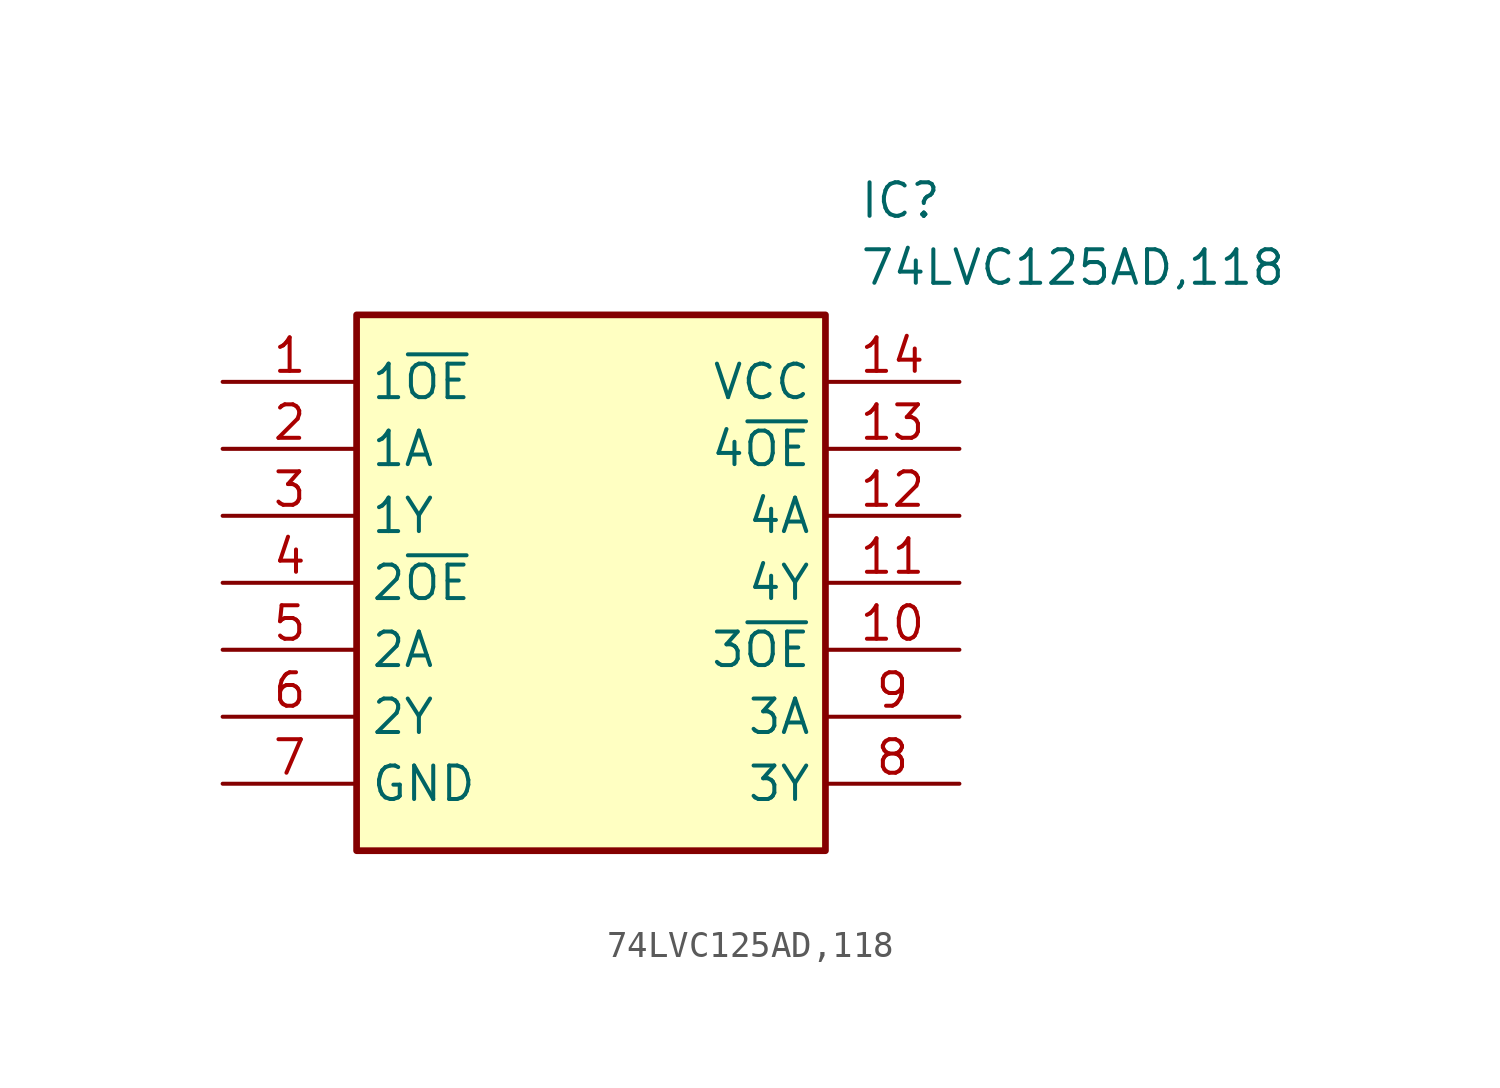
<source format=kicad_sym>
(kicad_symbol_lib
  (version 20211014)
  (generator SamacSys_ECAD_Model)
  (symbol "74LVC125AD,118"
    (property "Reference" "IC"
      (at 24.13 7.62 0)
      (effects (font (size 1.27 1.27)) (justify left top)))
    (property "Value" "74LVC125AD,118"
      (at 24.13 5.08 0)
      (effects (font (size 1.27 1.27)) (justify left top)))
    (rectangle
      (start 5.08 2.54)
      (end 22.86 -17.78)
      (stroke (width 0.254) (type default))
      (fill (type background)))
    (pin passive line
      (at 0 0 0)
      (length 5.08)
      (name "1~{OE}" (effects (font (size 1.27 1.27))))
      (number "1" (effects (font (size 1.27 1.27)))))
    (pin passive line
      (at 0 -2.54 0)
      (length 5.08)
      (name "1A" (effects (font (size 1.27 1.27))))
      (number "2" (effects (font (size 1.27 1.27)))))
    (pin passive line
      (at 0 -5.08 0)
      (length 5.08)
      (name "1Y" (effects (font (size 1.27 1.27))))
      (number "3" (effects (font (size 1.27 1.27)))))
    (pin passive line
      (at 0 -7.62 0)
      (length 5.08)
      (name "2~{OE}" (effects (font (size 1.27 1.27))))
      (number "4" (effects (font (size 1.27 1.27)))))
    (pin passive line
      (at 0 -10.16 0)
      (length 5.08)
      (name "2A" (effects (font (size 1.27 1.27))))
      (number "5" (effects (font (size 1.27 1.27)))))
    (pin passive line
      (at 0 -12.7 0)
      (length 5.08)
      (name "2Y" (effects (font (size 1.27 1.27))))
      (number "6" (effects (font (size 1.27 1.27)))))
    (pin passive line
      (at 0 -15.24 0)
      (length 5.08)
      (name "GND" (effects (font (size 1.27 1.27))))
      (number "7" (effects (font (size 1.27 1.27)))))
    (pin passive line
      (at 27.94 -15.24 180)
      (length 5.08)
      (name "3Y" (effects (font (size 1.27 1.27))))
      (number "8" (effects (font (size 1.27 1.27)))))
    (pin passive line
      (at 27.94 -12.7 180)
      (length 5.08)
      (name "3A" (effects (font (size 1.27 1.27))))
      (number "9" (effects (font (size 1.27 1.27)))))
    (pin passive line
      (at 27.94 -10.16 180)
      (length 5.08)
      (name "3~{OE}" (effects (font (size 1.27 1.27))))
      (number "10" (effects (font (size 1.27 1.27)))))
    (pin passive line
      (at 27.94 -7.62 180)
      (length 5.08)
      (name "4Y" (effects (font (size 1.27 1.27))))
      (number "11" (effects (font (size 1.27 1.27)))))
    (pin passive line
      (at 27.94 -5.08 180)
      (length 5.08)
      (name "4A" (effects (font (size 1.27 1.27))))
      (number "12" (effects (font (size 1.27 1.27)))))
    (pin passive line
      (at 27.94 -2.54 180)
      (length 5.08)
      (name "4~{OE}" (effects (font (size 1.27 1.27))))
      (number "13" (effects (font (size 1.27 1.27)))))
    (pin passive line
      (at 27.94 0 180)
      (length 5.08)
      (name "VCC" (effects (font (size 1.27 1.27))))
      (number "14" (effects (font (size 1.27 1.27)))))))
</source>
